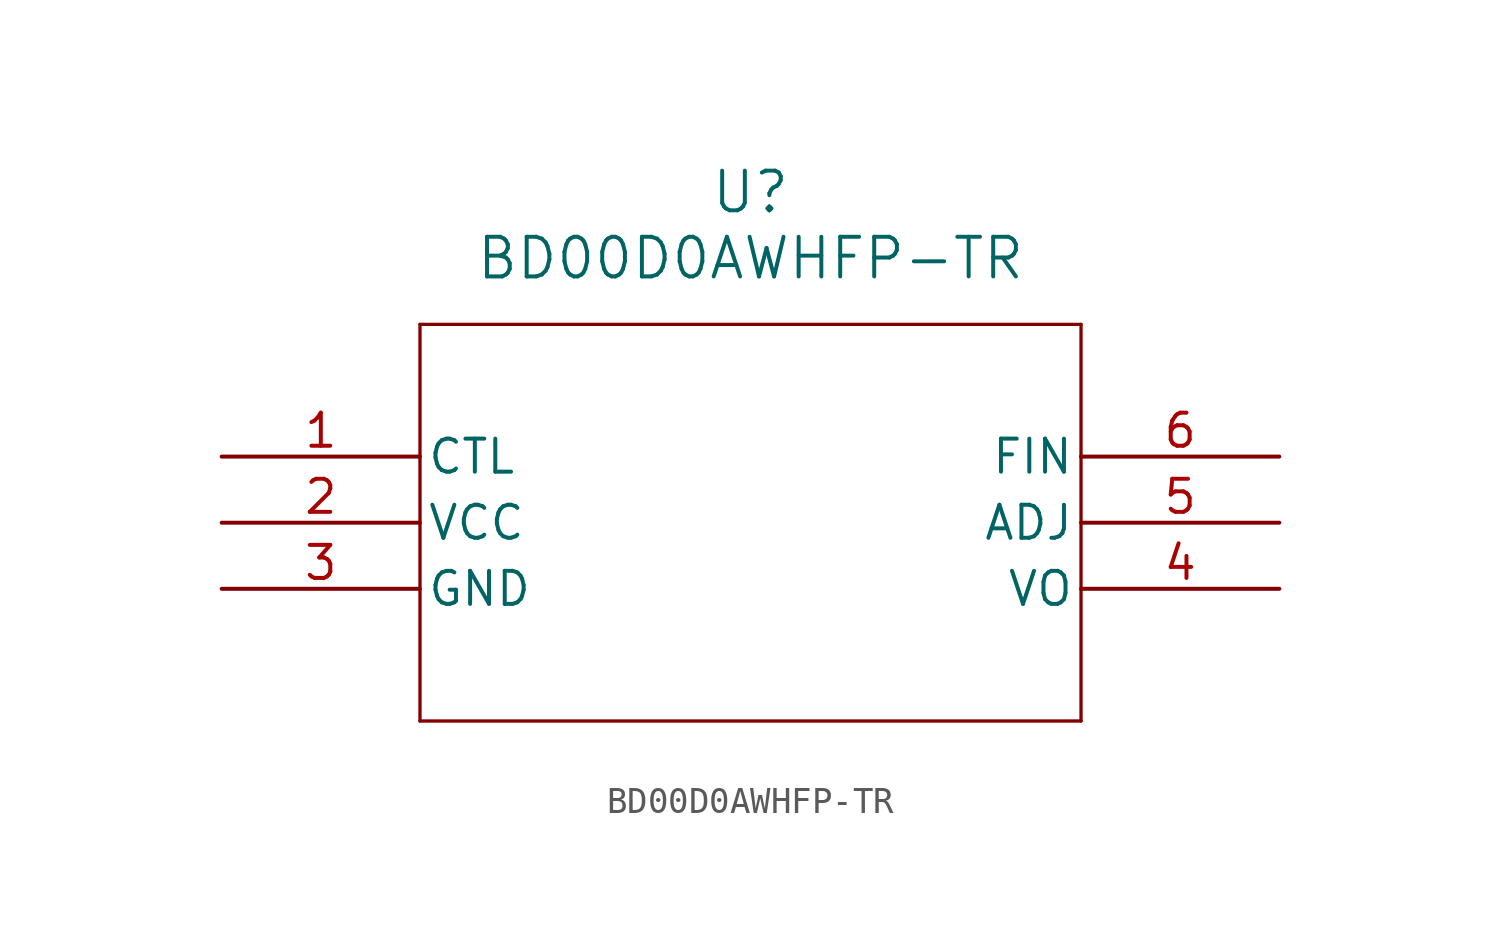
<source format=kicad_sym>
(kicad_symbol_lib
  (version 20211014)
  (generator kicad_symbol_editor)
  (symbol "BD00D0AWHFP-TR"
    (pin_names
      (offset 0.254))
    (property "Reference" "U"
      (at 20.32 10.16 0)
      (effects (font (size 1.524 1.524))))
    (property "Value" "BD00D0AWHFP-TR"
      (at 20.32 7.62 0)
      (effects (font (size 1.524 1.524))))
    (symbol "BD00D0AWHFP-TR_0_1"
      (polyline (pts (xy 7.62 5.08) (xy 7.62 -10.16)) (stroke (width 0.127) (type default) (color 0 0 0 0)) (fill (type none)))
      (polyline (pts (xy 7.62 -10.16) (xy 33.02 -10.16)) (stroke (width 0.127) (type default) (color 0 0 0 0)) (fill (type none)))
      (polyline (pts (xy 33.02 -10.16) (xy 33.02 5.08)) (stroke (width 0.127) (type default) (color 0 0 0 0)) (fill (type none)))
      (polyline (pts (xy 33.02 5.08) (xy 7.62 5.08)) (stroke (width 0.127) (type default) (color 0 0 0 0)) (fill (type none)))
      (pin output line (at 0 0 0) (length 7.62) (name "CTL" (effects (font (size 1.27 1.27)))) (number "1" (effects (font (size 1.27 1.27)))))
      (pin power_in line (at 0 -2.54 0) (length 7.62) (name "VCC" (effects (font (size 1.27 1.27)))) (number "2" (effects (font (size 1.27 1.27)))))
      (pin power_out line (at 0 -5.08 0) (length 7.62) (name "GND" (effects (font (size 1.27 1.27)))) (number "3" (effects (font (size 1.27 1.27)))))
      (pin output line (at 40.64 -5.08 180) (length 7.62) (name "VO" (effects (font (size 1.27 1.27)))) (number "4" (effects (font (size 1.27 1.27)))))
      (pin unspecified line (at 40.64 -2.54 180) (length 7.62) (name "ADJ" (effects (font (size 1.27 1.27)))) (number "5" (effects (font (size 1.27 1.27)))))
      (pin power_out line (at 40.64 0 180) (length 7.62) (name "FIN" (effects (font (size 1.27 1.27)))) (number "6" (effects (font (size 1.27 1.27))))))))
</source>
